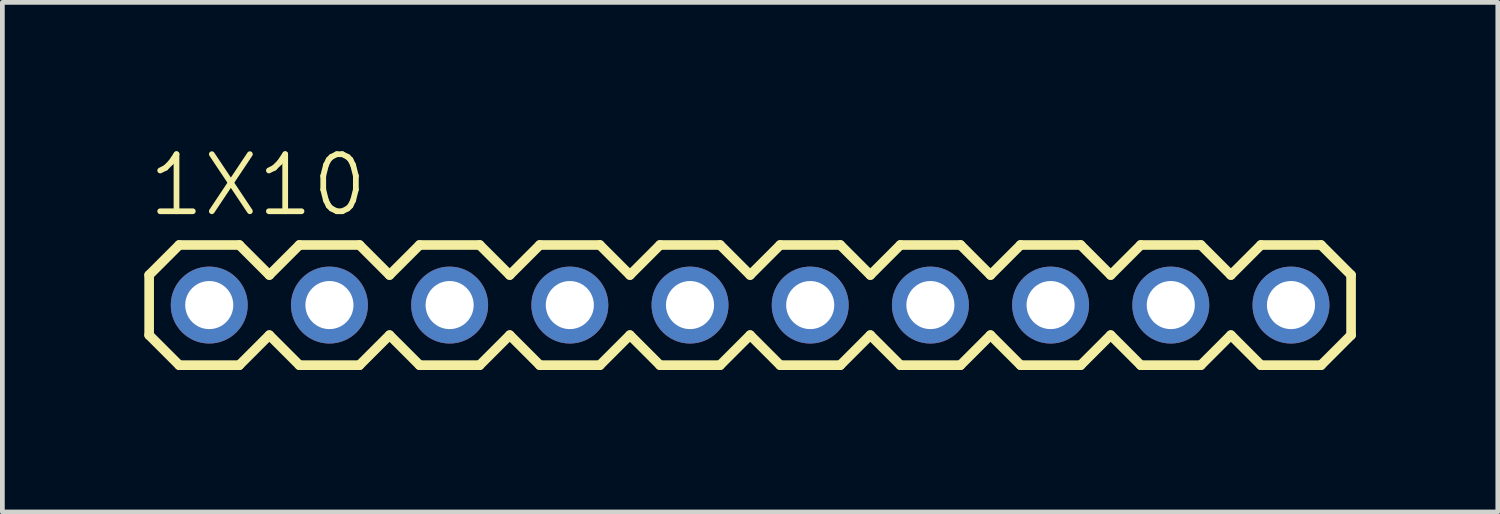
<source format=kicad_pcb>
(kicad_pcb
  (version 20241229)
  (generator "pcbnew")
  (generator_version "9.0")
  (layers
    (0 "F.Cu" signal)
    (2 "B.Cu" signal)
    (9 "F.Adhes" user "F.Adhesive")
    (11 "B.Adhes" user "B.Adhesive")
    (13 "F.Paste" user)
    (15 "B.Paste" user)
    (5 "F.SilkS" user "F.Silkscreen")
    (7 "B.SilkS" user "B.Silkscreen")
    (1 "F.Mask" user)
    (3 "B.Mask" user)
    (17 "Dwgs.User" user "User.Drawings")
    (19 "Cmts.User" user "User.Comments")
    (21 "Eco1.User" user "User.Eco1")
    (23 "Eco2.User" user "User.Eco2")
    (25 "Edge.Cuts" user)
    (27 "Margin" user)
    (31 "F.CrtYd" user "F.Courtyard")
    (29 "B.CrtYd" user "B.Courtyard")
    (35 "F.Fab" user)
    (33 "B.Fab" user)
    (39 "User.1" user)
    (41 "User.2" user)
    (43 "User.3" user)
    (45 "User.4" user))
  (footprint "1X10"
    (layer "F.Cu")
    (at 1.372 3.397)
    (property "Reference" "1X10" (at -1.346 -1.829 180) (layer "F.SilkS") (effects (font (size 1.206 1.206) (thickness 0.121)) (justify left bottom)))
    (attr through_hole)
    (fp_line (start -1.27 -0.635) (end -1.27 0.635) (stroke (width 0.203) (type solid)) (layer "F.SilkS"))
    (fp_line (start -1.27 0.635) (end -0.635 1.27) (stroke (width 0.203) (type solid)) (layer "F.SilkS"))
    (fp_line (start -0.635 -1.27) (end -1.27 -0.635) (stroke (width 0.203) (type solid)) (layer "F.SilkS"))
    (fp_line (start -0.635 -1.27) (end 0.635 -1.27) (stroke (width 0.203) (type solid)) (layer "F.SilkS"))
    (fp_line (start 0.635 -1.27) (end 1.27 -0.635) (stroke (width 0.203) (type solid)) (layer "F.SilkS"))
    (fp_line (start 0.635 1.27) (end -0.635 1.27) (stroke (width 0.203) (type solid)) (layer "F.SilkS"))
    (fp_line (start 1.27 -0.635) (end 1.905 -1.27) (stroke (width 0.203) (type solid)) (layer "F.SilkS"))
    (fp_line (start 1.27 0.635) (end 0.635 1.27) (stroke (width 0.203) (type solid)) (layer "F.SilkS"))
    (fp_line (start 1.905 -1.27) (end 3.175 -1.27) (stroke (width 0.203) (type solid)) (layer "F.SilkS"))
    (fp_line (start 1.905 1.27) (end 1.27 0.635) (stroke (width 0.203) (type solid)) (layer "F.SilkS"))
    (fp_line (start 3.175 -1.27) (end 3.81 -0.635) (stroke (width 0.203) (type solid)) (layer "F.SilkS"))
    (fp_line (start 3.175 1.27) (end 1.905 1.27) (stroke (width 0.203) (type solid)) (layer "F.SilkS"))
    (fp_line (start 3.81 -0.635) (end 4.445 -1.27) (stroke (width 0.203) (type solid)) (layer "F.SilkS"))
    (fp_line (start 3.81 0.635) (end 3.175 1.27) (stroke (width 0.203) (type solid)) (layer "F.SilkS"))
    (fp_line (start 4.445 -1.27) (end 5.715 -1.27) (stroke (width 0.203) (type solid)) (layer "F.SilkS"))
    (fp_line (start 4.445 1.27) (end 3.81 0.635) (stroke (width 0.203) (type solid)) (layer "F.SilkS"))
    (fp_line (start 5.715 -1.27) (end 6.35 -0.635) (stroke (width 0.203) (type solid)) (layer "F.SilkS"))
    (fp_line (start 5.715 1.27) (end 4.445 1.27) (stroke (width 0.203) (type solid)) (layer "F.SilkS"))
    (fp_line (start 6.35 0.635) (end 5.715 1.27) (stroke (width 0.203) (type solid)) (layer "F.SilkS"))
    (fp_line (start 6.35 0.635) (end 6.985 1.27) (stroke (width 0.203) (type solid)) (layer "F.SilkS"))
    (fp_line (start 6.985 -1.27) (end 6.35 -0.635) (stroke (width 0.203) (type solid)) (layer "F.SilkS"))
    (fp_line (start 6.985 -1.27) (end 8.255 -1.27) (stroke (width 0.203) (type solid)) (layer "F.SilkS"))
    (fp_line (start 8.255 -1.27) (end 8.89 -0.635) (stroke (width 0.203) (type solid)) (layer "F.SilkS"))
    (fp_line (start 8.255 1.27) (end 6.985 1.27) (stroke (width 0.203) (type solid)) (layer "F.SilkS"))
    (fp_line (start 8.89 -0.635) (end 9.525 -1.27) (stroke (width 0.203) (type solid)) (layer "F.SilkS"))
    (fp_line (start 8.89 0.635) (end 8.255 1.27) (stroke (width 0.203) (type solid)) (layer "F.SilkS"))
    (fp_line (start 9.525 -1.27) (end 10.795 -1.27) (stroke (width 0.203) (type solid)) (layer "F.SilkS"))
    (fp_line (start 9.525 1.27) (end 8.89 0.635) (stroke (width 0.203) (type solid)) (layer "F.SilkS"))
    (fp_line (start 10.795 -1.27) (end 11.43 -0.635) (stroke (width 0.203) (type solid)) (layer "F.SilkS"))
    (fp_line (start 10.795 1.27) (end 9.525 1.27) (stroke (width 0.203) (type solid)) (layer "F.SilkS"))
    (fp_line (start 11.43 -0.635) (end 12.065 -1.27) (stroke (width 0.203) (type solid)) (layer "F.SilkS"))
    (fp_line (start 11.43 0.635) (end 10.795 1.27) (stroke (width 0.203) (type solid)) (layer "F.SilkS"))
    (fp_line (start 12.065 -1.27) (end 13.335 -1.27) (stroke (width 0.203) (type solid)) (layer "F.SilkS"))
    (fp_line (start 12.065 1.27) (end 11.43 0.635) (stroke (width 0.203) (type solid)) (layer "F.SilkS"))
    (fp_line (start 13.335 -1.27) (end 13.97 -0.635) (stroke (width 0.203) (type solid)) (layer "F.SilkS"))
    (fp_line (start 13.335 1.27) (end 12.065 1.27) (stroke (width 0.203) (type solid)) (layer "F.SilkS"))
    (fp_line (start 13.97 0.635) (end 13.335 1.27) (stroke (width 0.203) (type solid)) (layer "F.SilkS"))
    (fp_line (start 13.97 0.635) (end 14.605 1.27) (stroke (width 0.203) (type solid)) (layer "F.SilkS"))
    (fp_line (start 14.605 -1.27) (end 13.97 -0.635) (stroke (width 0.203) (type solid)) (layer "F.SilkS"))
    (fp_line (start 14.605 -1.27) (end 15.875 -1.27) (stroke (width 0.203) (type solid)) (layer "F.SilkS"))
    (fp_line (start 15.875 -1.27) (end 16.51 -0.635) (stroke (width 0.203) (type solid)) (layer "F.SilkS"))
    (fp_line (start 15.875 1.27) (end 14.605 1.27) (stroke (width 0.203) (type solid)) (layer "F.SilkS"))
    (fp_line (start 16.51 0.635) (end 15.875 1.27) (stroke (width 0.203) (type solid)) (layer "F.SilkS"))
    (fp_line (start 16.51 0.635) (end 17.145 1.27) (stroke (width 0.203) (type solid)) (layer "F.SilkS"))
    (fp_line (start 17.145 -1.27) (end 16.51 -0.635) (stroke (width 0.203) (type solid)) (layer "F.SilkS"))
    (fp_line (start 17.145 -1.27) (end 18.415 -1.27) (stroke (width 0.203) (type solid)) (layer "F.SilkS"))
    (fp_line (start 18.415 -1.27) (end 19.05 -0.635) (stroke (width 0.203) (type solid)) (layer "F.SilkS"))
    (fp_line (start 18.415 1.27) (end 17.145 1.27) (stroke (width 0.203) (type solid)) (layer "F.SilkS"))
    (fp_line (start 19.05 0.635) (end 18.415 1.27) (stroke (width 0.203) (type solid)) (layer "F.SilkS"))
    (fp_line (start 19.05 0.635) (end 19.685 1.27) (stroke (width 0.203) (type solid)) (layer "F.SilkS"))
    (fp_line (start 19.685 -1.27) (end 19.05 -0.635) (stroke (width 0.203) (type solid)) (layer "F.SilkS"))
    (fp_line (start 19.685 -1.27) (end 20.955 -1.27) (stroke (width 0.203) (type solid)) (layer "F.SilkS"))
    (fp_line (start 20.955 -1.27) (end 21.59 -0.635) (stroke (width 0.203) (type solid)) (layer "F.SilkS"))
    (fp_line (start 20.955 1.27) (end 19.685 1.27) (stroke (width 0.203) (type solid)) (layer "F.SilkS"))
    (fp_line (start 21.59 0.635) (end 20.955 1.27) (stroke (width 0.203) (type solid)) (layer "F.SilkS"))
    (fp_line (start 21.59 0.635) (end 22.225 1.27) (stroke (width 0.203) (type solid)) (layer "F.SilkS"))
    (fp_line (start 22.225 -1.27) (end 21.59 -0.635) (stroke (width 0.203) (type solid)) (layer "F.SilkS"))
    (fp_line (start 22.225 -1.27) (end 23.495 -1.27) (stroke (width 0.203) (type solid)) (layer "F.SilkS"))
    (fp_line (start 23.495 -1.27) (end 24.13 -0.635) (stroke (width 0.203) (type solid)) (layer "F.SilkS"))
    (fp_line (start 23.495 1.27) (end 22.225 1.27) (stroke (width 0.203) (type solid)) (layer "F.SilkS"))
    (fp_line (start 24.13 -0.635) (end 24.13 0.635) (stroke (width 0.203) (type solid)) (layer "F.SilkS"))
    (fp_line (start 24.13 0.635) (end 23.495 1.27) (stroke (width 0.203) (type solid)) (layer "F.SilkS"))
    (fp_poly (pts (xy -0.254 0.254) (xy 0.254 0.254) (xy 0.254 -0.254) (xy -0.254 -0.254)) (stroke (width 0.1) (type solid)) (fill no) (layer "F.Fab"))
    (fp_poly (pts (xy 2.286 0.254) (xy 2.794 0.254) (xy 2.794 -0.254) (xy 2.286 -0.254)) (stroke (width 0.1) (type solid)) (fill no) (layer "F.Fab"))
    (fp_poly (pts (xy 4.826 0.254) (xy 5.334 0.254) (xy 5.334 -0.254) (xy 4.826 -0.254)) (stroke (width 0.1) (type solid)) (fill no) (layer "F.Fab"))
    (fp_poly (pts (xy 7.366 0.254) (xy 7.874 0.254) (xy 7.874 -0.254) (xy 7.366 -0.254)) (stroke (width 0.1) (type solid)) (fill no) (layer "F.Fab"))
    (fp_poly (pts (xy 9.906 0.254) (xy 10.414 0.254) (xy 10.414 -0.254) (xy 9.906 -0.254)) (stroke (width 0.1) (type solid)) (fill no) (layer "F.Fab"))
    (fp_poly (pts (xy 12.446 0.254) (xy 12.954 0.254) (xy 12.954 -0.254) (xy 12.446 -0.254)) (stroke (width 0.1) (type solid)) (fill no) (layer "F.Fab"))
    (fp_poly (pts (xy 14.986 0.254) (xy 15.494 0.254) (xy 15.494 -0.254) (xy 14.986 -0.254)) (stroke (width 0.1) (type solid)) (fill no) (layer "F.Fab"))
    (fp_poly (pts (xy 17.526 0.254) (xy 18.034 0.254) (xy 18.034 -0.254) (xy 17.526 -0.254)) (stroke (width 0.1) (type solid)) (fill no) (layer "F.Fab"))
    (fp_poly (pts (xy 20.066 0.254) (xy 20.574 0.254) (xy 20.574 -0.254) (xy 20.066 -0.254)) (stroke (width 0.1) (type solid)) (fill no) (layer "F.Fab"))
    (fp_poly (pts (xy 22.606 0.254) (xy 23.114 0.254) (xy 23.114 -0.254) (xy 22.606 -0.254)) (stroke (width 0.1) (type solid)) (fill no) (layer "F.Fab"))
    (pad "1" thru_hole circle (at 0 0 90) (size 1.626 1.626) (drill 1.016) (layers "*.Cu" "*.Mask"))
    (pad "2" thru_hole circle (at 2.54 0 90) (size 1.626 1.626) (drill 1.016) (layers "*.Cu" "*.Mask"))
    (pad "3" thru_hole circle (at 5.08 0 90) (size 1.626 1.626) (drill 1.016) (layers "*.Cu" "*.Mask"))
    (pad "4" thru_hole circle (at 7.62 0 90) (size 1.626 1.626) (drill 1.016) (layers "*.Cu" "*.Mask"))
    (pad "5" thru_hole circle (at 10.16 0 90) (size 1.626 1.626) (drill 1.016) (layers "*.Cu" "*.Mask"))
    (pad "6" thru_hole circle (at 12.7 0 90) (size 1.626 1.626) (drill 1.016) (layers "*.Cu" "*.Mask"))
    (pad "7" thru_hole circle (at 15.24 0 90) (size 1.626 1.626) (drill 1.016) (layers "*.Cu" "*.Mask"))
    (pad "8" thru_hole circle (at 17.78 0 90) (size 1.626 1.626) (drill 1.016) (layers "*.Cu" "*.Mask"))
    (pad "9" thru_hole circle (at 20.32 0 90) (size 1.626 1.626) (drill 1.016) (layers "*.Cu" "*.Mask"))
    (pad "10" thru_hole circle (at 22.86 0 90) (size 1.626 1.626) (drill 1.016) (layers "*.Cu" "*.Mask")))
  (gr_rect
    (start -3 -3)
    (end 28.603 7.769)
    (stroke (width 0.1) (type default))
    (fill no)
    (layer "Edge.Cuts")))
</source>
